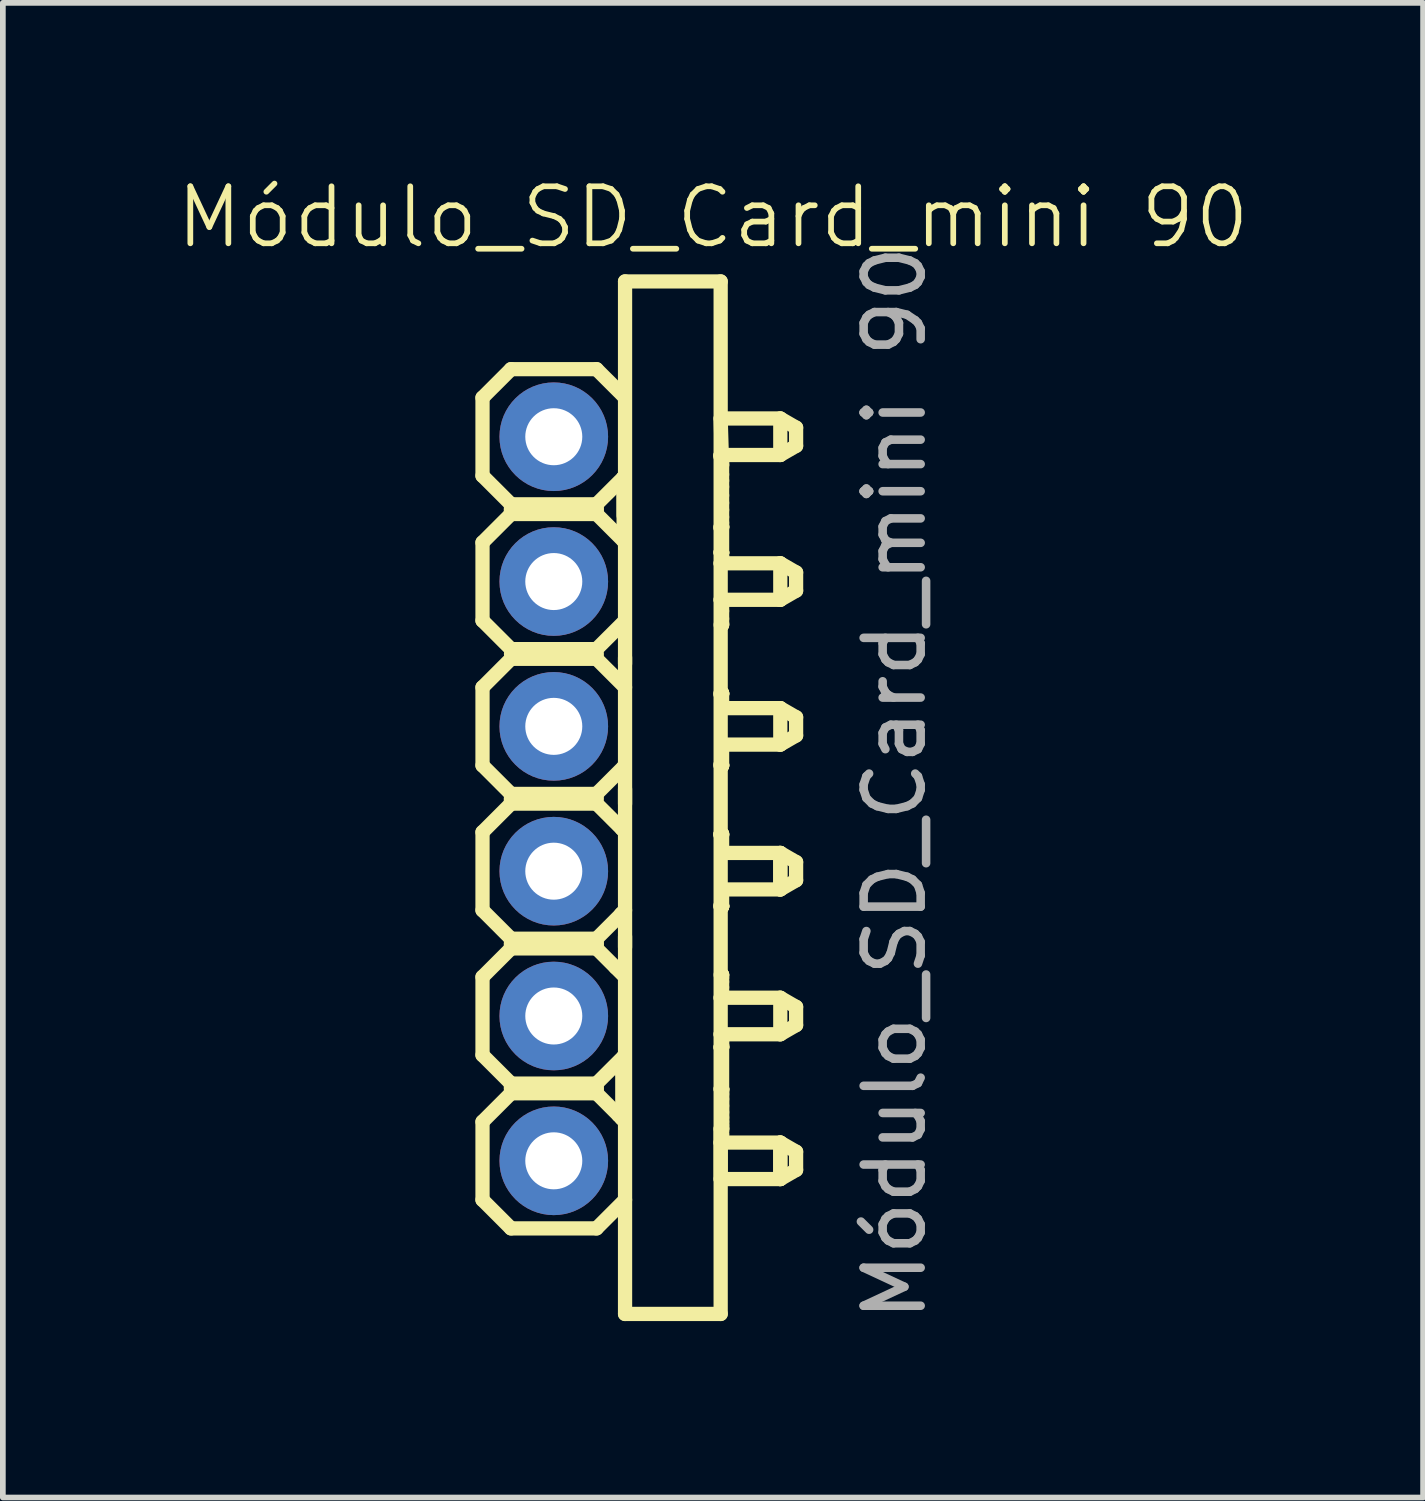
<source format=kicad_pcb>
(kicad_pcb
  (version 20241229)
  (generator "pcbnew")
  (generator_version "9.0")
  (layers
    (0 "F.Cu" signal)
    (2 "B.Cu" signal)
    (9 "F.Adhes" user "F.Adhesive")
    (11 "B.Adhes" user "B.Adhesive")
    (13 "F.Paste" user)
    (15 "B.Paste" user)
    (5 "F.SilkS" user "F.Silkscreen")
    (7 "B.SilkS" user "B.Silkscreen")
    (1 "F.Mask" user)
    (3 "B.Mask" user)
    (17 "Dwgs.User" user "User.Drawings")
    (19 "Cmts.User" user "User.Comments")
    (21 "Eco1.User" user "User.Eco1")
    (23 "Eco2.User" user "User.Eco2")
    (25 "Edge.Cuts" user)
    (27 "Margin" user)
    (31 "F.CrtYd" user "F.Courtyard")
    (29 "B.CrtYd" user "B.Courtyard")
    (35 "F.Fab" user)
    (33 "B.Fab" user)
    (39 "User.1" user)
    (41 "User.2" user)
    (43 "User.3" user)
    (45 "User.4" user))
  (footprint "Módulo_SD_Card_mini 90"
    (layer "F.Cu")
    (at 2.795 0.75)
    (property "Reference" "Módulo_SD_Card_mini 90" (at 6.66 0.01 0) (unlocked yes) (layer "F.SilkS") (effects (font (size 1 1) (thickness 0.1))))
    (attr through_hole)
    (fp_line (start 2.618 3.175) (end 3.118 2.675) (stroke (width 0.25) (type default)) (layer "F.SilkS"))
    (fp_line (start 2.618 4.545) (end 2.618 3.175) (stroke (width 0.25) (type default)) (layer "F.SilkS"))
    (fp_line (start 2.618 5.715) (end 3.118 5.215) (stroke (width 0.25) (type default)) (layer "F.SilkS"))
    (fp_line (start 2.618 7.085) (end 2.618 5.715) (stroke (width 0.25) (type default)) (layer "F.SilkS"))
    (fp_line (start 2.618 8.255) (end 3.118 7.755) (stroke (width 0.25) (type default)) (layer "F.SilkS"))
    (fp_line (start 2.618 9.625) (end 2.618 8.255) (stroke (width 0.25) (type default)) (layer "F.SilkS"))
    (fp_line (start 2.618 10.795) (end 3.118 10.295) (stroke (width 0.25) (type default)) (layer "F.SilkS"))
    (fp_line (start 2.618 12.165) (end 2.618 10.795) (stroke (width 0.25) (type default)) (layer "F.SilkS"))
    (fp_line (start 2.618 13.335) (end 3.118 12.835) (stroke (width 0.25) (type default)) (layer "F.SilkS"))
    (fp_line (start 2.618 14.705) (end 2.618 13.335) (stroke (width 0.25) (type default)) (layer "F.SilkS"))
    (fp_line (start 2.618 15.875) (end 3.118 15.375) (stroke (width 0.25) (type default)) (layer "F.SilkS"))
    (fp_line (start 2.618 17.245) (end 2.618 15.875) (stroke (width 0.25) (type default)) (layer "F.SilkS"))
    (fp_line (start 3.118 2.675) (end 4.618 2.675) (stroke (width 0.25) (type default)) (layer "F.SilkS"))
    (fp_line (start 3.118 5.045) (end 2.618 4.545) (stroke (width 0.25) (type default)) (layer "F.SilkS"))
    (fp_line (start 3.118 5.045) (end 4.618 5.045) (stroke (width 0.25) (type default)) (layer "F.SilkS"))
    (fp_line (start 3.118 5.13) (end 4.618 5.13) (stroke (width 0.25) (type default)) (layer "F.SilkS"))
    (fp_line (start 3.118 5.215) (end 3.118 5.045) (stroke (width 0.25) (type default)) (layer "F.SilkS"))
    (fp_line (start 3.118 5.215) (end 3.118 5.13) (stroke (width 0.25) (type default)) (layer "F.SilkS"))
    (fp_line (start 3.118 5.215) (end 4.618 5.215) (stroke (width 0.25) (type default)) (layer "F.SilkS"))
    (fp_line (start 3.118 7.585) (end 2.618 7.085) (stroke (width 0.25) (type default)) (layer "F.SilkS"))
    (fp_line (start 3.118 7.585) (end 4.618 7.585) (stroke (width 0.25) (type default)) (layer "F.SilkS"))
    (fp_line (start 3.118 7.67) (end 4.618 7.67) (stroke (width 0.25) (type default)) (layer "F.SilkS"))
    (fp_line (start 3.118 7.755) (end 4.618 7.755) (stroke (width 0.25) (type default)) (layer "F.SilkS"))
    (fp_line (start 3.118 10.125) (end 2.618 9.625) (stroke (width 0.25) (type default)) (layer "F.SilkS"))
    (fp_line (start 3.118 10.125) (end 4.618 10.125) (stroke (width 0.25) (type default)) (layer "F.SilkS"))
    (fp_line (start 3.118 10.21) (end 3.118 10.295) (stroke (width 0.25) (type default)) (layer "F.SilkS"))
    (fp_line (start 3.118 10.21) (end 4.618 10.21) (stroke (width 0.25) (type default)) (layer "F.SilkS"))
    (fp_line (start 3.118 10.295) (end 3.118 10.125) (stroke (width 0.25) (type default)) (layer "F.SilkS"))
    (fp_line (start 3.118 10.295) (end 4.618 10.295) (stroke (width 0.25) (type default)) (layer "F.SilkS"))
    (fp_line (start 3.118 12.665) (end 2.618 12.165) (stroke (width 0.25) (type default)) (layer "F.SilkS"))
    (fp_line (start 3.118 12.665) (end 4.618 12.665) (stroke (width 0.25) (type default)) (layer "F.SilkS"))
    (fp_line (start 3.118 12.75) (end 3.118 12.835) (stroke (width 0.25) (type default)) (layer "F.SilkS"))
    (fp_line (start 3.118 12.75) (end 4.618 12.75) (stroke (width 0.25) (type default)) (layer "F.SilkS"))
    (fp_line (start 3.118 12.835) (end 3.118 12.665) (stroke (width 0.25) (type default)) (layer "F.SilkS"))
    (fp_line (start 3.118 12.835) (end 4.618 12.835) (stroke (width 0.25) (type default)) (layer "F.SilkS"))
    (fp_line (start 3.118 15.205) (end 2.618 14.705) (stroke (width 0.25) (type default)) (layer "F.SilkS"))
    (fp_line (start 3.118 15.205) (end 3.118 15.29) (stroke (width 0.25) (type default)) (layer "F.SilkS"))
    (fp_line (start 3.118 15.205) (end 4.618 15.205) (stroke (width 0.25) (type default)) (layer "F.SilkS"))
    (fp_line (start 3.118 15.29) (end 4.618 15.29) (stroke (width 0.25) (type default)) (layer "F.SilkS"))
    (fp_line (start 3.118 15.375) (end 3.118 15.205) (stroke (width 0.25) (type default)) (layer "F.SilkS"))
    (fp_line (start 3.118 15.375) (end 4.618 15.375) (stroke (width 0.25) (type default)) (layer "F.SilkS"))
    (fp_line (start 3.118 17.745) (end 2.618 17.245) (stroke (width 0.25) (type default)) (layer "F.SilkS"))
    (fp_line (start 4.618 2.675) (end 5.085 3.141) (stroke (width 0.25) (type default)) (layer "F.SilkS"))
    (fp_line (start 4.618 5.045) (end 4.618 5.215) (stroke (width 0.25) (type default)) (layer "F.SilkS"))
    (fp_line (start 4.618 5.13) (end 4.618 5.215) (stroke (width 0.25) (type default)) (layer "F.SilkS"))
    (fp_line (start 4.618 5.215) (end 5.093 5.689) (stroke (width 0.25) (type default)) (layer "F.SilkS"))
    (fp_line (start 4.618 7.67) (end 4.618 7.755) (stroke (width 0.25) (type default)) (layer "F.SilkS"))
    (fp_line (start 4.618 7.755) (end 5.118 8.255) (stroke (width 0.25) (type default)) (layer "F.SilkS"))
    (fp_line (start 4.618 10.125) (end 4.618 10.21) (stroke (width 0.25) (type default)) (layer "F.SilkS"))
    (fp_line (start 4.618 10.295) (end 5.065 10.741) (stroke (width 0.25) (type default)) (layer "F.SilkS"))
    (fp_line (start 4.618 12.665) (end 4.618 12.835) (stroke (width 0.25) (type default)) (layer "F.SilkS"))
    (fp_line (start 4.618 12.835) (end 4.618 12.75) (stroke (width 0.25) (type default)) (layer "F.SilkS"))
    (fp_line (start 4.618 12.835) (end 5.088 13.305) (stroke (width 0.25) (type default)) (layer "F.SilkS"))
    (fp_line (start 4.618 15.205) (end 4.618 15.375) (stroke (width 0.25) (type default)) (layer "F.SilkS"))
    (fp_line (start 4.618 15.29) (end 4.618 15.375) (stroke (width 0.25) (type default)) (layer "F.SilkS"))
    (fp_line (start 4.618 15.375) (end 5.093 15.849) (stroke (width 0.25) (type default)) (layer "F.SilkS"))
    (fp_line (start 4.618 17.745) (end 3.118 17.745) (stroke (width 0.25) (type default)) (layer "F.SilkS"))
    (fp_line (start 4.954 13.17) (end 5.07 13.17) (stroke (width 0.25) (type default)) (layer "F.SilkS"))
    (fp_line (start 5.043 12.241) (end 5.067 12.241) (stroke (width 0.25) (type default)) (layer "F.SilkS"))
    (fp_line (start 5.043 12.241) (end 5.067 12.293) (stroke (width 0.25) (type default)) (layer "F.SilkS"))
    (fp_line (start 5.057 15.813) (end 5.07 15.762) (stroke (width 0.25) (type default)) (layer "F.SilkS"))
    (fp_line (start 5.057 15.813) (end 5.093 15.813) (stroke (width 0.25) (type default)) (layer "F.SilkS"))
    (fp_line (start 5.067 12.216) (end 5.067 12.241) (stroke (width 0.25) (type default)) (layer "F.SilkS"))
    (fp_line (start 5.07 15.026) (end 5.07 15.762) (stroke (width 0.25) (type default)) (layer "F.SilkS"))
    (fp_line (start 5.07 15.762) (end 5.006 15.762) (stroke (width 0.25) (type default)) (layer "F.SilkS"))
    (fp_line (start 5.07 15.762) (end 5.093 15.785) (stroke (width 0.25) (type default)) (layer "F.SilkS"))
    (fp_line (start 5.093 4.571) (end 4.618 5.045) (stroke (width 0.25) (type default)) (layer "F.SilkS"))
    (fp_line (start 5.093 4.571) (end 5.093 5.241) (stroke (width 0.25) (type default)) (layer "F.SilkS"))
    (fp_line (start 5.093 4.571) (end 5.093 5.689) (stroke (width 0.25) (type default)) (layer "F.SilkS"))
    (fp_line (start 5.093 7.111) (end 4.618 7.585) (stroke (width 0.25) (type default)) (layer "F.SilkS"))
    (fp_line (start 5.093 9.651) (end 4.618 10.125) (stroke (width 0.25) (type default)) (layer "F.SilkS"))
    (fp_line (start 5.093 9.651) (end 5.093 9.739) (stroke (width 0.25) (type default)) (layer "F.SilkS"))
    (fp_line (start 5.093 10.741) (end 5.065 10.741) (stroke (width 0.25) (type default)) (layer "F.SilkS"))
    (fp_line (start 5.093 13.147) (end 5.07 13.17) (stroke (width 0.25) (type default)) (layer "F.SilkS"))
    (fp_line (start 5.093 13.147) (end 5.093 13.119) (stroke (width 0.25) (type default)) (layer "F.SilkS"))
    (fp_line (start 5.093 14.731) (end 4.618 15.205) (stroke (width 0.25) (type default)) (layer "F.SilkS"))
    (fp_line (start 5.093 14.731) (end 5.093 15.849) (stroke (width 0.25) (type default)) (layer "F.SilkS"))
    (fp_line (start 5.093 15.003) (end 5.07 15.026) (stroke (width 0.25) (type default)) (layer "F.SilkS"))
    (fp_line (start 5.093 15.003) (end 5.093 14.975) (stroke (width 0.25) (type default)) (layer "F.SilkS"))
    (fp_line (start 5.093 15.785) (end 5.093 15.813) (stroke (width 0.25) (type default)) (layer "F.SilkS"))
    (fp_line (start 5.118 1.136) (end 5.118 19.246) (stroke (width 0.25) (type default)) (layer "F.SilkS"))
    (fp_line (start 5.118 7.734) (end 5.118 7.841) (stroke (width 0.25) (type default)) (layer "F.SilkS"))
    (fp_line (start 5.118 10.041) (end 5.118 10.3) (stroke (width 0.25) (type default)) (layer "F.SilkS"))
    (fp_line (start 5.118 12.165) (end 4.618 12.665) (stroke (width 0.25) (type default)) (layer "F.SilkS"))
    (fp_line (start 5.118 12.627) (end 5.118 12.814) (stroke (width 0.25) (type default)) (layer "F.SilkS"))
    (fp_line (start 5.118 17.245) (end 4.618 17.745) (stroke (width 0.25) (type default)) (layer "F.SilkS"))
    (fp_line (start 5.118 19.246) (end 6.795 19.246) (stroke (width 0.25) (type default)) (layer "F.SilkS"))
    (fp_line (start 6.795 1.136) (end 5.118 1.136) (stroke (width 0.25) (type default)) (layer "F.SilkS"))
    (fp_line (start 6.795 1.136) (end 6.795 19.246) (stroke (width 0.25) (type default)) (layer "F.SilkS"))
    (fp_line (start 6.795 3.54) (end 6.82 4.356) (stroke (width 0.25) (type default)) (layer "F.SilkS"))
    (fp_line (start 6.795 3.54) (end 7.841 3.54) (stroke (width 0.25) (type default)) (layer "F.SilkS"))
    (fp_line (start 6.795 4.18) (end 7.841 4.18) (stroke (width 0.25) (type default)) (layer "F.SilkS"))
    (fp_line (start 6.795 4.212) (end 6.795 4.191) (stroke (width 0.25) (type default)) (layer "F.SilkS"))
    (fp_line (start 6.795 5.442) (end 6.795 5.459) (stroke (width 0.25) (type default)) (layer "F.SilkS"))
    (fp_line (start 6.795 5.442) (end 6.82 5.442) (stroke (width 0.25) (type default)) (layer "F.SilkS"))
    (fp_line (start 6.795 5.459) (end 6.82 5.459) (stroke (width 0.25) (type default)) (layer "F.SilkS"))
    (fp_line (start 6.795 5.89) (end 6.795 5.89) (stroke (width 0.25) (type default)) (layer "F.SilkS"))
    (fp_line (start 6.795 6.08) (end 7.841 6.08) (stroke (width 0.25) (type default)) (layer "F.SilkS"))
    (fp_line (start 6.795 6.72) (end 6.82 6.72) (stroke (width 0.25) (type default)) (layer "F.SilkS"))
    (fp_line (start 6.795 6.72) (end 7.841 6.72) (stroke (width 0.25) (type default)) (layer "F.SilkS"))
    (fp_line (start 6.795 7.16) (end 6.82 7.16) (stroke (width 0.25) (type default)) (layer "F.SilkS"))
    (fp_line (start 6.795 8.36) (end 6.795 8.38) (stroke (width 0.25) (type default)) (layer "F.SilkS"))
    (fp_line (start 6.795 8.38) (end 6.82 8.38) (stroke (width 0.25) (type default)) (layer "F.SilkS"))
    (fp_line (start 6.795 9.608) (end 6.795 9.629) (stroke (width 0.25) (type default)) (layer "F.SilkS"))
    (fp_line (start 6.795 9.608) (end 6.82 9.608) (stroke (width 0.25) (type default)) (layer "F.SilkS"))
    (fp_line (start 6.795 9.629) (end 6.82 9.629) (stroke (width 0.25) (type default)) (layer "F.SilkS"))
    (fp_line (start 6.795 10.829) (end 6.795 10.829) (stroke (width 0.25) (type default)) (layer "F.SilkS"))
    (fp_line (start 6.795 10.829) (end 6.795 10.849) (stroke (width 0.25) (type default)) (layer "F.SilkS"))
    (fp_line (start 6.795 10.849) (end 6.82 10.849) (stroke (width 0.25) (type default)) (layer "F.SilkS"))
    (fp_line (start 6.795 12.078) (end 6.795 12.099) (stroke (width 0.25) (type default)) (layer "F.SilkS"))
    (fp_line (start 6.795 12.078) (end 6.82 12.078) (stroke (width 0.25) (type default)) (layer "F.SilkS"))
    (fp_line (start 6.795 12.099) (end 6.82 12.099) (stroke (width 0.25) (type default)) (layer "F.SilkS"))
    (fp_line (start 6.795 12.099) (end 6.82 12.099) (stroke (width 0.25) (type default)) (layer "F.SilkS"))
    (fp_line (start 6.795 13.7) (end 6.82 13.7) (stroke (width 0.25) (type default)) (layer "F.SilkS"))
    (fp_line (start 6.795 13.7) (end 7.841 13.7) (stroke (width 0.25) (type default)) (layer "F.SilkS"))
    (fp_line (start 6.795 14.34) (end 7.841 14.34) (stroke (width 0.25) (type default)) (layer "F.SilkS"))
    (fp_line (start 6.795 14.568) (end 6.82 14.568) (stroke (width 0.25) (type default)) (layer "F.SilkS"))
    (fp_line (start 6.795 14.568) (end 6.795 14.568) (stroke (width 0.25) (type default)) (layer "F.SilkS"))
    (fp_line (start 6.795 14.568) (end 6.82 14.568) (stroke (width 0.25) (type default)) (layer "F.SilkS"))
    (fp_line (start 6.795 15.3) (end 6.82 15.301) (stroke (width 0.25) (type default)) (layer "F.SilkS"))
    (fp_line (start 6.795 15.999) (end 6.82 15.999) (stroke (width 0.25) (type default)) (layer "F.SilkS"))
    (fp_line (start 6.795 16.24) (end 7.841 16.24) (stroke (width 0.25) (type default)) (layer "F.SilkS"))
    (fp_line (start 6.795 16.88) (end 6.795 15.999) (stroke (width 0.25) (type default)) (layer "F.SilkS"))
    (fp_line (start 6.795 16.88) (end 7.841 16.88) (stroke (width 0.25) (type default)) (layer "F.SilkS"))
    (fp_line (start 6.82 4.191) (end 6.795 4.18) (stroke (width 0.25) (type default)) (layer "F.SilkS"))
    (fp_line (start 6.82 4.191) (end 6.795 4.191) (stroke (width 0.25) (type default)) (layer "F.SilkS"))
    (fp_line (start 6.82 4.212) (end 6.795 4.212) (stroke (width 0.25) (type default)) (layer "F.SilkS"))
    (fp_line (start 6.82 4.212) (end 6.82 4.212) (stroke (width 0.25) (type default)) (layer "F.SilkS"))
    (fp_line (start 6.82 5.441) (end 6.82 5.442) (stroke (width 0.25) (type default)) (layer "F.SilkS"))
    (fp_line (start 6.82 5.459) (end 6.82 5.89) (stroke (width 0.25) (type default)) (layer "F.SilkS"))
    (fp_line (start 6.82 5.89) (end 6.795 5.89) (stroke (width 0.25) (type default)) (layer "F.SilkS"))
    (fp_line (start 6.82 5.89) (end 6.795 5.89) (stroke (width 0.25) (type default)) (layer "F.SilkS"))
    (fp_line (start 6.82 5.89) (end 6.82 5.897) (stroke (width 0.25) (type default)) (layer "F.SilkS"))
    (fp_line (start 6.82 6.08) (end 6.795 6.08) (stroke (width 0.25) (type default)) (layer "F.SilkS"))
    (fp_line (start 6.82 7.158) (end 6.82 7.16) (stroke (width 0.25) (type default)) (layer "F.SilkS"))
    (fp_line (start 6.82 8.36) (end 6.795 8.36) (stroke (width 0.25) (type default)) (layer "F.SilkS"))
    (fp_line (start 6.82 8.361) (end 6.82 8.36) (stroke (width 0.25) (type default)) (layer "F.SilkS"))
    (fp_line (start 6.82 8.368) (end 6.82 8.361) (stroke (width 0.25) (type default)) (layer "F.SilkS"))
    (fp_line (start 6.82 8.62) (end 6.82 8.38) (stroke (width 0.25) (type default)) (layer "F.SilkS"))
    (fp_line (start 6.82 8.62) (end 7.841 8.62) (stroke (width 0.25) (type default)) (layer "F.SilkS"))
    (fp_line (start 6.82 9.26) (end 7.841 9.26) (stroke (width 0.25) (type default)) (layer "F.SilkS"))
    (fp_line (start 6.82 9.608) (end 6.82 9.26) (stroke (width 0.25) (type default)) (layer "F.SilkS"))
    (fp_line (start 6.82 9.628) (end 6.82 9.629) (stroke (width 0.25) (type default)) (layer "F.SilkS"))
    (fp_line (start 6.82 9.629) (end 6.82 9.629) (stroke (width 0.25) (type default)) (layer "F.SilkS"))
    (fp_line (start 6.82 10.829) (end 6.795 10.829) (stroke (width 0.25) (type default)) (layer "F.SilkS"))
    (fp_line (start 6.82 10.829) (end 6.795 10.829) (stroke (width 0.25) (type default)) (layer "F.SilkS"))
    (fp_line (start 6.82 10.829) (end 6.82 10.829) (stroke (width 0.25) (type default)) (layer "F.SilkS"))
    (fp_line (start 6.82 10.837) (end 6.82 10.829) (stroke (width 0.25) (type default)) (layer "F.SilkS"))
    (fp_line (start 6.82 11.16) (end 6.82 10.849) (stroke (width 0.25) (type default)) (layer "F.SilkS"))
    (fp_line (start 6.82 11.16) (end 7.841 11.16) (stroke (width 0.25) (type default)) (layer "F.SilkS"))
    (fp_line (start 6.82 11.8) (end 7.841 11.8) (stroke (width 0.25) (type default)) (layer "F.SilkS"))
    (fp_line (start 6.82 12.078) (end 6.82 11.8) (stroke (width 0.25) (type default)) (layer "F.SilkS"))
    (fp_line (start 6.82 12.09) (end 6.82 12.099) (stroke (width 0.25) (type default)) (layer "F.SilkS"))
    (fp_line (start 6.82 12.097) (end 6.82 12.098) (stroke (width 0.25) (type default)) (layer "F.SilkS"))
    (fp_line (start 6.82 12.099) (end 6.82 12.098) (stroke (width 0.25) (type default)) (layer "F.SilkS"))
    (fp_line (start 6.82 13.298) (end 6.795 13.298) (stroke (width 0.25) (type default)) (layer "F.SilkS"))
    (fp_line (start 6.82 13.3) (end 6.82 13.298) (stroke (width 0.25) (type default)) (layer "F.SilkS"))
    (fp_line (start 6.82 14.34) (end 6.795 14.34) (stroke (width 0.25) (type default)) (layer "F.SilkS"))
    (fp_line (start 6.82 14.528) (end 6.82 15.3) (stroke (width 0.25) (type default)) (layer "F.SilkS"))
    (fp_line (start 6.82 14.568) (end 6.82 14.559) (stroke (width 0.25) (type default)) (layer "F.SilkS"))
    (fp_line (start 6.82 14.569) (end 6.82 14.568) (stroke (width 0.25) (type default)) (layer "F.SilkS"))
    (fp_line (start 6.82 15.3) (end 6.795 15.3) (stroke (width 0.25) (type default)) (layer "F.SilkS"))
    (fp_line (start 6.82 15.999) (end 6.82 15.302) (stroke (width 0.25) (type default)) (layer "F.SilkS"))
    (fp_line (start 6.82 16.24) (end 6.795 16.24) (stroke (width 0.25) (type default)) (layer "F.SilkS"))
    (fp_line (start 7.841 3.54) (end 8.118 3.7) (stroke (width 0.25) (type default)) (layer "F.SilkS"))
    (fp_line (start 7.841 4.18) (end 7.841 3.54) (stroke (width 0.25) (type default)) (layer "F.SilkS"))
    (fp_line (start 7.841 4.18) (end 8.118 4.02) (stroke (width 0.25) (type default)) (layer "F.SilkS"))
    (fp_line (start 7.841 6.08) (end 8.118 6.24) (stroke (width 0.25) (type default)) (layer "F.SilkS"))
    (fp_line (start 7.841 6.72) (end 7.841 6.08) (stroke (width 0.25) (type default)) (layer "F.SilkS"))
    (fp_line (start 7.841 6.72) (end 8.118 6.56) (stroke (width 0.25) (type default)) (layer "F.SilkS"))
    (fp_line (start 7.841 8.62) (end 8.118 8.78) (stroke (width 0.25) (type default)) (layer "F.SilkS"))
    (fp_line (start 7.841 9.26) (end 7.841 8.62) (stroke (width 0.25) (type default)) (layer "F.SilkS"))
    (fp_line (start 7.841 9.26) (end 8.118 9.1) (stroke (width 0.25) (type default)) (layer "F.SilkS"))
    (fp_line (start 7.841 11.16) (end 7.841 11.8) (stroke (width 0.25) (type default)) (layer "F.SilkS"))
    (fp_line (start 7.841 11.16) (end 8.118 11.32) (stroke (width 0.25) (type default)) (layer "F.SilkS"))
    (fp_line (start 7.841 11.8) (end 7.841 11.16) (stroke (width 0.25) (type default)) (layer "F.SilkS"))
    (fp_line (start 7.841 11.8) (end 8.118 11.64) (stroke (width 0.25) (type default)) (layer "F.SilkS"))
    (fp_line (start 7.841 13.7) (end 8.118 13.86) (stroke (width 0.25) (type default)) (layer "F.SilkS"))
    (fp_line (start 7.841 14.34) (end 7.841 13.7) (stroke (width 0.25) (type default)) (layer "F.SilkS"))
    (fp_line (start 7.841 14.34) (end 8.118 14.18) (stroke (width 0.25) (type default)) (layer "F.SilkS"))
    (fp_line (start 7.841 16.24) (end 7.841 16.88) (stroke (width 0.25) (type default)) (layer "F.SilkS"))
    (fp_line (start 7.841 16.24) (end 8.118 16.4) (stroke (width 0.25) (type default)) (layer "F.SilkS"))
    (fp_line (start 7.841 16.88) (end 7.841 16.24) (stroke (width 0.25) (type default)) (layer "F.SilkS"))
    (fp_line (start 7.841 16.88) (end 8.118 16.72) (stroke (width 0.25) (type default)) (layer "F.SilkS"))
    (fp_line (start 8.118 3.7) (end 8.118 4.02) (stroke (width 0.25) (type default)) (layer "F.SilkS"))
    (fp_line (start 8.118 6.24) (end 8.118 6.56) (stroke (width 0.25) (type default)) (layer "F.SilkS"))
    (fp_line (start 8.118 8.78) (end 8.118 9.1) (stroke (width 0.25) (type default)) (layer "F.SilkS"))
    (fp_line (start 8.118 11.32) (end 8.118 11.64) (stroke (width 0.25) (type default)) (layer "F.SilkS"))
    (fp_line (start 8.118 13.86) (end 8.118 14.18) (stroke (width 0.25) (type default)) (layer "F.SilkS"))
    (fp_line (start 8.118 16.4) (end 8.118 16.72) (stroke (width 0.25) (type default)) (layer "F.SilkS"))
    (fp_curve (pts (xy 5.067 12.216) (xy 5.067 12.242) (xy 5.067 12.268) (xy 5.067 12.293)) (stroke (width 0.25) (type default)) (layer "F.SilkS"))
    (fp_curve (pts (xy 6.82 4.212) (xy 6.82 4.212) (xy 6.82 4.212) (xy 6.82 4.212)) (stroke (width 0.25) (type default)) (layer "F.SilkS"))
    (fp_curve (pts (xy 6.82 4.225) (xy 6.82 4.215) (xy 6.82 4.212) (xy 6.82 4.212)) (stroke (width 0.25) (type default)) (layer "F.SilkS"))
    (fp_curve (pts (xy 6.82 4.274) (xy 6.82 4.247) (xy 6.82 4.233) (xy 6.82 4.225)) (stroke (width 0.25) (type default)) (layer "F.SilkS"))
    (fp_curve (pts (xy 6.82 4.356) (xy 6.82 4.323) (xy 6.82 4.294) (xy 6.82 4.274)) (stroke (width 0.25) (type default)) (layer "F.SilkS"))
    (fp_curve (pts (xy 6.82 4.522) (xy 6.82 4.46) (xy 6.82 4.403) (xy 6.82 4.356)) (stroke (width 0.25) (type default)) (layer "F.SilkS"))
    (fp_curve (pts (xy 6.82 4.63) (xy 6.82 4.593) (xy 6.82 4.557) (xy 6.82 4.522)) (stroke (width 0.25) (type default)) (layer "F.SilkS"))
    (fp_curve (pts (xy 6.82 4.739) (xy 6.82 4.703) (xy 6.82 4.666) (xy 6.82 4.63)) (stroke (width 0.25) (type default)) (layer "F.SilkS"))
    (fp_curve (pts (xy 6.82 4.889) (xy 6.82 4.839) (xy 6.82 4.789) (xy 6.82 4.739)) (stroke (width 0.25) (type default)) (layer "F.SilkS"))
    (fp_curve (pts (xy 6.82 5.021) (xy 6.82 4.977) (xy 6.82 4.933) (xy 6.82 4.889)) (stroke (width 0.25) (type default)) (layer "F.SilkS"))
    (fp_curve (pts (xy 6.82 5.145) (xy 6.82 5.105) (xy 6.82 5.063) (xy 6.82 5.021)) (stroke (width 0.25) (type default)) (layer "F.SilkS"))
    (fp_curve (pts (xy 6.82 5.269) (xy 6.82 5.232) (xy 6.82 5.19) (xy 6.82 5.145)) (stroke (width 0.25) (type default)) (layer "F.SilkS"))
    (fp_curve (pts (xy 6.82 5.37) (xy 6.82 5.344) (xy 6.82 5.31) (xy 6.82 5.269)) (stroke (width 0.25) (type default)) (layer "F.SilkS"))
    (fp_curve (pts (xy 6.82 5.424) (xy 6.82 5.413) (xy 6.82 5.396) (xy 6.82 5.37)) (stroke (width 0.25) (type default)) (layer "F.SilkS"))
    (fp_curve (pts (xy 6.82 5.441) (xy 6.82 5.439) (xy 6.82 5.434) (xy 6.82 5.424)) (stroke (width 0.25) (type default)) (layer "F.SilkS"))
    (fp_curve (pts (xy 6.82 5.441) (xy 6.82 5.441) (xy 6.82 5.441) (xy 6.82 5.441)) (stroke (width 0.25) (type default)) (layer "F.SilkS"))
    (fp_curve (pts (xy 6.82 5.898) (xy 6.82 5.894) (xy 6.82 5.896) (xy 6.82 5.897)) (stroke (width 0.25) (type default)) (layer "F.SilkS"))
    (fp_curve (pts (xy 6.82 5.96) (xy 6.82 5.924) (xy 6.82 5.904) (xy 6.82 5.898)) (stroke (width 0.25) (type default)) (layer "F.SilkS"))
    (fp_curve (pts (xy 6.82 6.08) (xy 6.82 6.036) (xy 6.82 5.992) (xy 6.82 5.96)) (stroke (width 0.25) (type default)) (layer "F.SilkS"))
    (fp_curve (pts (xy 6.82 6.726) (xy 6.82 6.724) (xy 6.82 6.722) (xy 6.82 6.72)) (stroke (width 0.25) (type default)) (layer "F.SilkS"))
    (fp_curve (pts (xy 6.82 6.917) (xy 6.82 6.86) (xy 6.82 6.795) (xy 6.82 6.726)) (stroke (width 0.25) (type default)) (layer "F.SilkS"))
    (fp_curve (pts (xy 6.82 7.053) (xy 6.82 7.017) (xy 6.82 6.97) (xy 6.82 6.917)) (stroke (width 0.25) (type default)) (layer "F.SilkS"))
    (fp_curve (pts (xy 6.82 7.135) (xy 6.82 7.12) (xy 6.82 7.092) (xy 6.82 7.053)) (stroke (width 0.25) (type default)) (layer "F.SilkS"))
    (fp_curve (pts (xy 6.82 7.158) (xy 6.82 7.155) (xy 6.82 7.151) (xy 6.82 7.135)) (stroke (width 0.25) (type default)) (layer "F.SilkS"))
    (fp_curve (pts (xy 6.82 8.361) (xy 6.82 8.36) (xy 6.82 8.361) (xy 6.82 8.361)) (stroke (width 0.25) (type default)) (layer "F.SilkS"))
    (fp_curve (pts (xy 6.82 8.368) (xy 6.82 8.364) (xy 6.82 8.361) (xy 6.82 8.361)) (stroke (width 0.25) (type default)) (layer "F.SilkS"))
    (fp_curve (pts (xy 6.82 9.628) (xy 6.82 9.629) (xy 6.82 9.629) (xy 6.82 9.629)) (stroke (width 0.25) (type default)) (layer "F.SilkS"))
    (fp_curve (pts (xy 6.82 9.629) (xy 6.82 9.628) (xy 6.82 9.624) (xy 6.82 9.62)) (stroke (width 0.25) (type default)) (layer "F.SilkS"))
    (fp_curve (pts (xy 6.82 12.097) (xy 6.82 12.098) (xy 6.82 12.098) (xy 6.82 12.098)) (stroke (width 0.25) (type default)) (layer "F.SilkS"))
    (fp_curve (pts (xy 6.82 12.098) (xy 6.82 12.099) (xy 6.82 12.094) (xy 6.82 12.09)) (stroke (width 0.25) (type default)) (layer "F.SilkS"))
    (fp_curve (pts (xy 6.82 13.303) (xy 6.82 13.3) (xy 6.82 13.3) (xy 6.82 13.3)) (stroke (width 0.25) (type default)) (layer "F.SilkS"))
    (fp_curve (pts (xy 6.82 13.349) (xy 6.82 13.322) (xy 6.82 13.308) (xy 6.82 13.303)) (stroke (width 0.25) (type default)) (layer "F.SilkS"))
    (fp_curve (pts (xy 6.82 13.42) (xy 6.82 13.39) (xy 6.82 13.367) (xy 6.82 13.349)) (stroke (width 0.25) (type default)) (layer "F.SilkS"))
    (fp_curve (pts (xy 6.82 13.518) (xy 6.82 13.481) (xy 6.82 13.448) (xy 6.82 13.42)) (stroke (width 0.25) (type default)) (layer "F.SilkS"))
    (fp_curve (pts (xy 6.82 13.647) (xy 6.82 13.602) (xy 6.82 13.558) (xy 6.82 13.518)) (stroke (width 0.25) (type default)) (layer "F.SilkS"))
    (fp_curve (pts (xy 6.82 13.7) (xy 6.82 13.682) (xy 6.82 13.665) (xy 6.82 13.647)) (stroke (width 0.25) (type default)) (layer "F.SilkS"))
    (fp_curve (pts (xy 6.82 14.375) (xy 6.82 14.363) (xy 6.82 14.352) (xy 6.82 14.34)) (stroke (width 0.25) (type default)) (layer "F.SilkS"))
    (fp_curve (pts (xy 6.82 14.467) (xy 6.82 14.441) (xy 6.82 14.411) (xy 6.82 14.375)) (stroke (width 0.25) (type default)) (layer "F.SilkS"))
    (fp_curve (pts (xy 6.82 14.528) (xy 6.82 14.513) (xy 6.82 14.492) (xy 6.82 14.467)) (stroke (width 0.25) (type default)) (layer "F.SilkS"))
    (fp_curve (pts (xy 6.82 14.559) (xy 6.82 14.554) (xy 6.82 14.545) (xy 6.82 14.528)) (stroke (width 0.25) (type default)) (layer "F.SilkS"))
    (fp_curve (pts (xy 6.82 14.569) (xy 6.82 14.567) (xy 6.82 14.565) (xy 6.82 14.559)) (stroke (width 0.25) (type default)) (layer "F.SilkS"))
    (fp_curve (pts (xy 6.82 15.301) (xy 6.82 15.301) (xy 6.82 15.301) (xy 6.82 15.302)) (stroke (width 0.25) (type default)) (layer "F.SilkS"))
    (fp_curve (pts (xy 6.82 15.31) (xy 6.82 15.305) (xy 6.82 15.301) (xy 6.82 15.301)) (stroke (width 0.25) (type default)) (layer "F.SilkS"))
    (fp_curve (pts (xy 6.82 15.334) (xy 6.82 15.323) (xy 6.82 15.316) (xy 6.82 15.31)) (stroke (width 0.25) (type default)) (layer "F.SilkS"))
    (fp_curve (pts (xy 6.82 15.39) (xy 6.82 15.365) (xy 6.82 15.347) (xy 6.82 15.334)) (stroke (width 0.25) (type default)) (layer "F.SilkS"))
    (fp_curve (pts (xy 6.82 15.478) (xy 6.82 15.444) (xy 6.82 15.414) (xy 6.82 15.39)) (stroke (width 0.25) (type default)) (layer "F.SilkS"))
    (fp_curve (pts (xy 6.82 15.596) (xy 6.82 15.554) (xy 6.82 15.514) (xy 6.82 15.478)) (stroke (width 0.25) (type default)) (layer "F.SilkS"))
    (fp_curve (pts (xy 6.82 15.708) (xy 6.82 15.67) (xy 6.82 15.632) (xy 6.82 15.596)) (stroke (width 0.25) (type default)) (layer "F.SilkS"))
    (fp_curve (pts (xy 6.82 15.801) (xy 6.82 15.771) (xy 6.82 15.74) (xy 6.82 15.708)) (stroke (width 0.25) (type default)) (layer "F.SilkS"))
    (fp_curve (pts (xy 6.82 15.876) (xy 6.82 15.853) (xy 6.82 15.827) (xy 6.82 15.801)) (stroke (width 0.25) (type default)) (layer "F.SilkS"))
    (fp_curve (pts (xy 6.82 15.936) (xy 6.82 15.919) (xy 6.82 15.899) (xy 6.82 15.876)) (stroke (width 0.25) (type default)) (layer "F.SilkS"))
    (fp_curve (pts (xy 6.82 15.984) (xy 6.82 15.973) (xy 6.82 15.957) (xy 6.82 15.936)) (stroke (width 0.25) (type default)) (layer "F.SilkS"))
    (fp_curve (pts (xy 6.82 15.999) (xy 6.82 15.995) (xy 6.82 15.99) (xy 6.82 15.984)) (stroke (width 0.25) (type default)) (layer "F.SilkS"))
    (fp_curve (pts (xy 6.82 16.031) (xy 6.82 16.019) (xy 6.82 16.009) (xy 6.82 15.999)) (stroke (width 0.25) (type default)) (layer "F.SilkS"))
    (fp_curve (pts (xy 6.82 16.096) (xy 6.82 16.071) (xy 6.82 16.049) (xy 6.82 16.031)) (stroke (width 0.25) (type default)) (layer "F.SilkS"))
    (fp_curve (pts (xy 6.82 16.18) (xy 6.82 16.15) (xy 6.82 16.121) (xy 6.82 16.096)) (stroke (width 0.25) (type default)) (layer "F.SilkS"))
    (fp_curve (pts (xy 6.82 16.24) (xy 6.82 16.22) (xy 6.82 16.2) (xy 6.82 16.18)) (stroke (width 0.25) (type default)) (layer "F.SilkS"))
    (fp_text user "${REFERENCE}" (at 9.848 9.935 90) (unlocked yes) (layer "F.Fab") (effects (font (size 1 1) (thickness 0.15))))
    (pad "1" thru_hole circle (at 3.868 3.86 270) (size 1.905 1.905) (drill 1) (layers "*.Cu" "*.Mask"))
    (pad "2" thru_hole circle (at 3.868 6.4 270) (size 1.905 1.905) (drill 1) (layers "*.Cu" "*.Mask"))
    (pad "3" thru_hole circle (at 3.868 8.94 270) (size 1.905 1.905) (drill 1) (layers "*.Cu" "*.Mask"))
    (pad "4" thru_hole circle (at 3.868 11.48 270) (size 1.905 1.905) (drill 1) (layers "*.Cu" "*.Mask"))
    (pad "5" thru_hole circle (at 3.868 14.02 270) (size 1.905 1.905) (drill 1) (layers "*.Cu" "*.Mask"))
    (pad "6" thru_hole circle (at 3.868 16.56 270) (size 1.905 1.905) (drill 1) (layers "*.Cu" "*.Mask")))
  (gr_rect
    (start -3 -3)
    (end 21.91 23.215)
    (stroke (width 0.1) (type default))
    (fill no)
    (layer "Edge.Cuts")))
</source>
